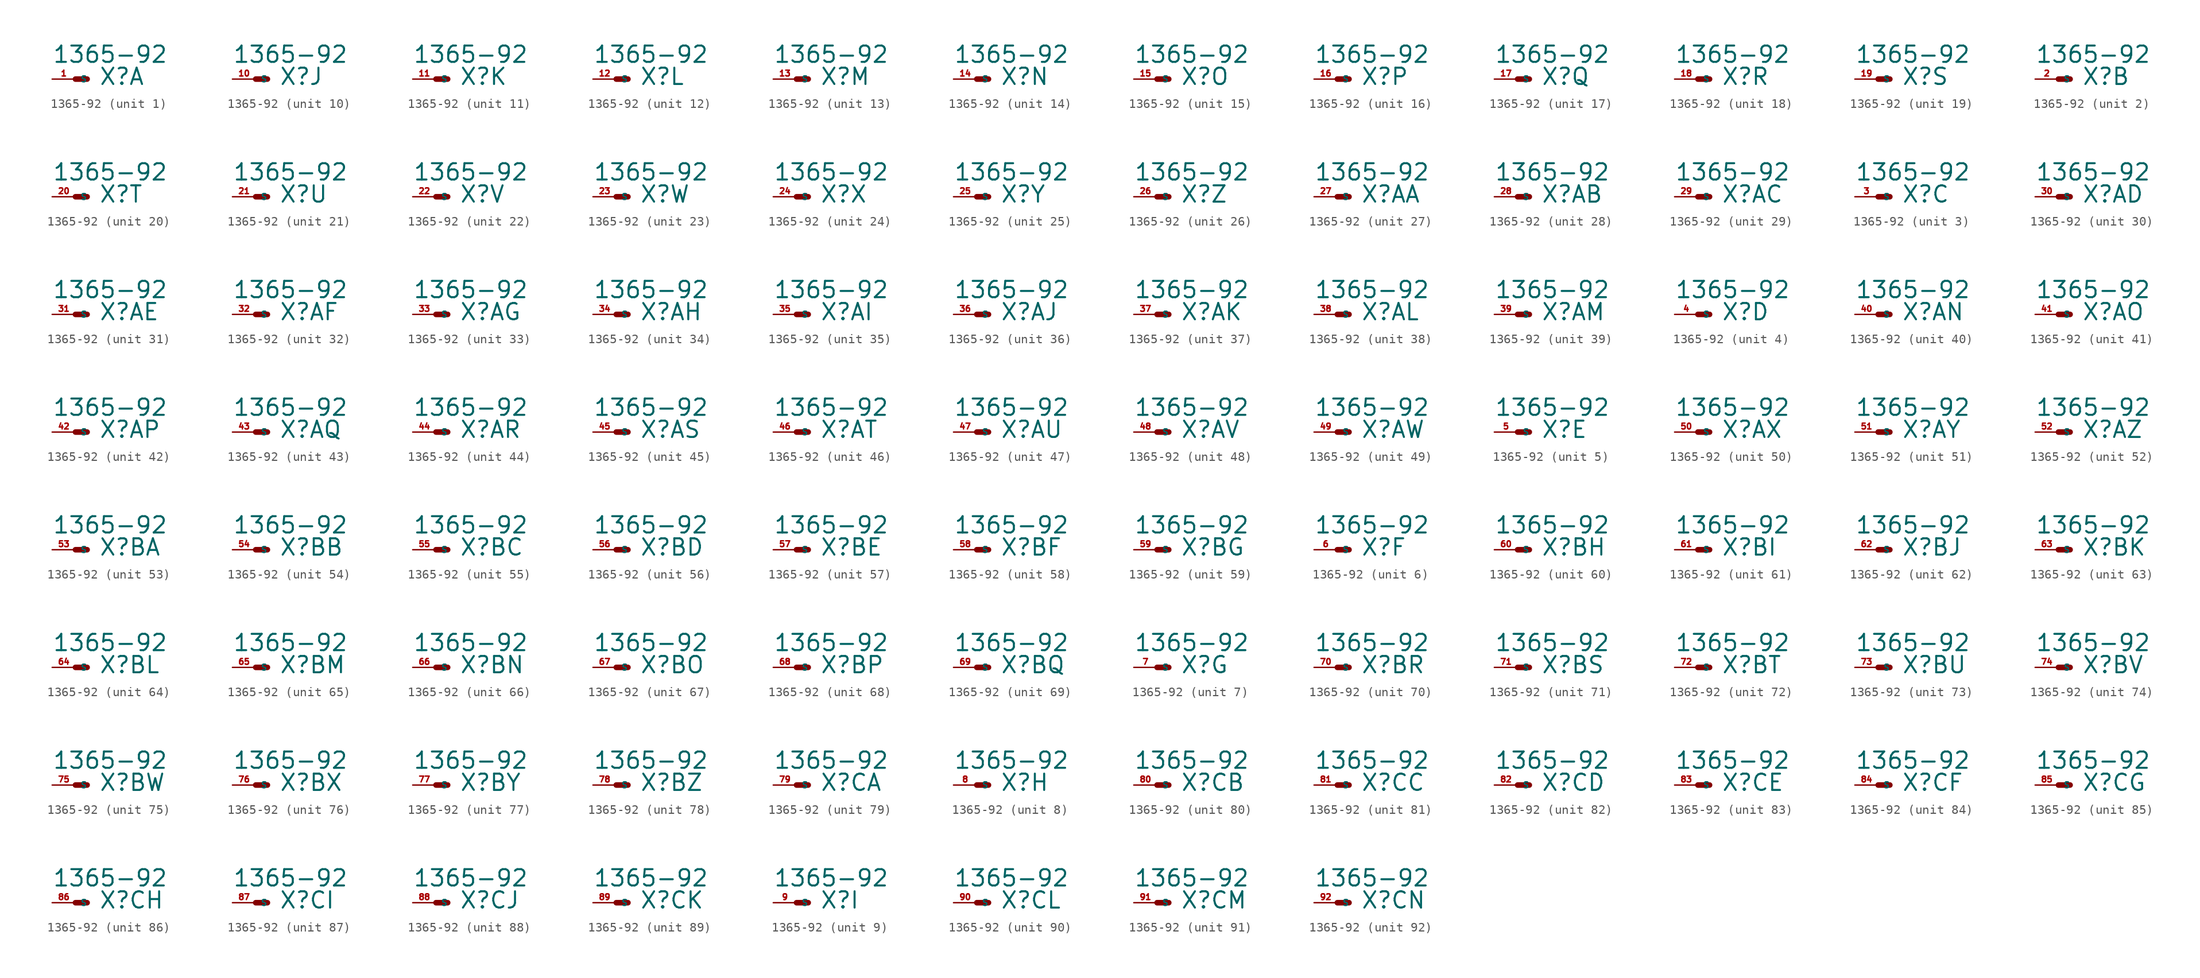
<source format=kicad_sym>
(kicad_symbol_lib
  (version 20220914)
  (generator Eagle2Kicad)
  (symbol "1365-92"
    (property "Reference" "X"
      (at 2.54 -0.762 0)
      (effects (font (size 1.778 1.778) (thickness 0.22)) (justify left bottom)))
    (property "Value" "1365-92"
      (at -2.54 1.651 0)
      (effects (font (size 1.778 1.778) (thickness 0.22)) (justify left bottom)))
    (symbol "1365-92_1_0"
      (polyline (pts (xy 0 0) (xy 1.27 0)) (stroke (width 0.61) (type default)) (fill (type none)))
      (pin passive line (at -2.54 0 0) (length 2.54) (name "S" (effects (font (size 0.635 0.635) (thickness 0.08)) (justify left bottom))) (number "1" (effects (font (size 0.635 0.635) (thickness 0.08)) (justify left bottom)))))
    (symbol "1365-92_2_0"
      (polyline (pts (xy 0 0) (xy 1.27 0)) (stroke (width 0.61) (type default)) (fill (type none)))
      (pin passive line (at -2.54 0 0) (length 2.54) (name "S" (effects (font (size 0.635 0.635) (thickness 0.08)) (justify left bottom))) (number "2" (effects (font (size 0.635 0.635) (thickness 0.08)) (justify left bottom)))))
    (symbol "1365-92_3_0"
      (polyline (pts (xy 0 0) (xy 1.27 0)) (stroke (width 0.61) (type default)) (fill (type none)))
      (pin passive line (at -2.54 0 0) (length 2.54) (name "S" (effects (font (size 0.635 0.635) (thickness 0.08)) (justify left bottom))) (number "3" (effects (font (size 0.635 0.635) (thickness 0.08)) (justify left bottom)))))
    (symbol "1365-92_4_0"
      (polyline (pts (xy 0 0) (xy 1.27 0)) (stroke (width 0.61) (type default)) (fill (type none)))
      (pin passive line (at -2.54 0 0) (length 2.54) (name "S" (effects (font (size 0.635 0.635) (thickness 0.08)) (justify left bottom))) (number "4" (effects (font (size 0.635 0.635) (thickness 0.08)) (justify left bottom)))))
    (symbol "1365-92_5_0"
      (polyline (pts (xy 0 0) (xy 1.27 0)) (stroke (width 0.61) (type default)) (fill (type none)))
      (pin passive line (at -2.54 0 0) (length 2.54) (name "S" (effects (font (size 0.635 0.635) (thickness 0.08)) (justify left bottom))) (number "5" (effects (font (size 0.635 0.635) (thickness 0.08)) (justify left bottom)))))
    (symbol "1365-92_6_0"
      (polyline (pts (xy 0 0) (xy 1.27 0)) (stroke (width 0.61) (type default)) (fill (type none)))
      (pin passive line (at -2.54 0 0) (length 2.54) (name "S" (effects (font (size 0.635 0.635) (thickness 0.08)) (justify left bottom))) (number "6" (effects (font (size 0.635 0.635) (thickness 0.08)) (justify left bottom)))))
    (symbol "1365-92_7_0"
      (polyline (pts (xy 0 0) (xy 1.27 0)) (stroke (width 0.61) (type default)) (fill (type none)))
      (pin passive line (at -2.54 0 0) (length 2.54) (name "S" (effects (font (size 0.635 0.635) (thickness 0.08)) (justify left bottom))) (number "7" (effects (font (size 0.635 0.635) (thickness 0.08)) (justify left bottom)))))
    (symbol "1365-92_8_0"
      (polyline (pts (xy 0 0) (xy 1.27 0)) (stroke (width 0.61) (type default)) (fill (type none)))
      (pin passive line (at -2.54 0 0) (length 2.54) (name "S" (effects (font (size 0.635 0.635) (thickness 0.08)) (justify left bottom))) (number "8" (effects (font (size 0.635 0.635) (thickness 0.08)) (justify left bottom)))))
    (symbol "1365-92_9_0"
      (polyline (pts (xy 0 0) (xy 1.27 0)) (stroke (width 0.61) (type default)) (fill (type none)))
      (pin passive line (at -2.54 0 0) (length 2.54) (name "S" (effects (font (size 0.635 0.635) (thickness 0.08)) (justify left bottom))) (number "9" (effects (font (size 0.635 0.635) (thickness 0.08)) (justify left bottom)))))
    (symbol "1365-92_10_0"
      (polyline (pts (xy 0 0) (xy 1.27 0)) (stroke (width 0.61) (type default)) (fill (type none)))
      (pin passive line (at -2.54 0 0) (length 2.54) (name "S" (effects (font (size 0.635 0.635) (thickness 0.08)) (justify left bottom))) (number "10" (effects (font (size 0.635 0.635) (thickness 0.08)) (justify left bottom)))))
    (symbol "1365-92_11_0"
      (polyline (pts (xy 0 0) (xy 1.27 0)) (stroke (width 0.61) (type default)) (fill (type none)))
      (pin passive line (at -2.54 0 0) (length 2.54) (name "S" (effects (font (size 0.635 0.635) (thickness 0.08)) (justify left bottom))) (number "11" (effects (font (size 0.635 0.635) (thickness 0.08)) (justify left bottom)))))
    (symbol "1365-92_12_0"
      (polyline (pts (xy 0 0) (xy 1.27 0)) (stroke (width 0.61) (type default)) (fill (type none)))
      (pin passive line (at -2.54 0 0) (length 2.54) (name "S" (effects (font (size 0.635 0.635) (thickness 0.08)) (justify left bottom))) (number "12" (effects (font (size 0.635 0.635) (thickness 0.08)) (justify left bottom)))))
    (symbol "1365-92_13_0"
      (polyline (pts (xy 0 0) (xy 1.27 0)) (stroke (width 0.61) (type default)) (fill (type none)))
      (pin passive line (at -2.54 0 0) (length 2.54) (name "S" (effects (font (size 0.635 0.635) (thickness 0.08)) (justify left bottom))) (number "13" (effects (font (size 0.635 0.635) (thickness 0.08)) (justify left bottom)))))
    (symbol "1365-92_14_0"
      (polyline (pts (xy 0 0) (xy 1.27 0)) (stroke (width 0.61) (type default)) (fill (type none)))
      (pin passive line (at -2.54 0 0) (length 2.54) (name "S" (effects (font (size 0.635 0.635) (thickness 0.08)) (justify left bottom))) (number "14" (effects (font (size 0.635 0.635) (thickness 0.08)) (justify left bottom)))))
    (symbol "1365-92_15_0"
      (polyline (pts (xy 0 0) (xy 1.27 0)) (stroke (width 0.61) (type default)) (fill (type none)))
      (pin passive line (at -2.54 0 0) (length 2.54) (name "S" (effects (font (size 0.635 0.635) (thickness 0.08)) (justify left bottom))) (number "15" (effects (font (size 0.635 0.635) (thickness 0.08)) (justify left bottom)))))
    (symbol "1365-92_16_0"
      (polyline (pts (xy 0 0) (xy 1.27 0)) (stroke (width 0.61) (type default)) (fill (type none)))
      (pin passive line (at -2.54 0 0) (length 2.54) (name "S" (effects (font (size 0.635 0.635) (thickness 0.08)) (justify left bottom))) (number "16" (effects (font (size 0.635 0.635) (thickness 0.08)) (justify left bottom)))))
    (symbol "1365-92_17_0"
      (polyline (pts (xy 0 0) (xy 1.27 0)) (stroke (width 0.61) (type default)) (fill (type none)))
      (pin passive line (at -2.54 0 0) (length 2.54) (name "S" (effects (font (size 0.635 0.635) (thickness 0.08)) (justify left bottom))) (number "17" (effects (font (size 0.635 0.635) (thickness 0.08)) (justify left bottom)))))
    (symbol "1365-92_18_0"
      (polyline (pts (xy 0 0) (xy 1.27 0)) (stroke (width 0.61) (type default)) (fill (type none)))
      (pin passive line (at -2.54 0 0) (length 2.54) (name "S" (effects (font (size 0.635 0.635) (thickness 0.08)) (justify left bottom))) (number "18" (effects (font (size 0.635 0.635) (thickness 0.08)) (justify left bottom)))))
    (symbol "1365-92_19_0"
      (polyline (pts (xy 0 0) (xy 1.27 0)) (stroke (width 0.61) (type default)) (fill (type none)))
      (pin passive line (at -2.54 0 0) (length 2.54) (name "S" (effects (font (size 0.635 0.635) (thickness 0.08)) (justify left bottom))) (number "19" (effects (font (size 0.635 0.635) (thickness 0.08)) (justify left bottom)))))
    (symbol "1365-92_20_0"
      (polyline (pts (xy 0 0) (xy 1.27 0)) (stroke (width 0.61) (type default)) (fill (type none)))
      (pin passive line (at -2.54 0 0) (length 2.54) (name "S" (effects (font (size 0.635 0.635) (thickness 0.08)) (justify left bottom))) (number "20" (effects (font (size 0.635 0.635) (thickness 0.08)) (justify left bottom)))))
    (symbol "1365-92_21_0"
      (polyline (pts (xy 0 0) (xy 1.27 0)) (stroke (width 0.61) (type default)) (fill (type none)))
      (pin passive line (at -2.54 0 0) (length 2.54) (name "S" (effects (font (size 0.635 0.635) (thickness 0.08)) (justify left bottom))) (number "21" (effects (font (size 0.635 0.635) (thickness 0.08)) (justify left bottom)))))
    (symbol "1365-92_22_0"
      (polyline (pts (xy 0 0) (xy 1.27 0)) (stroke (width 0.61) (type default)) (fill (type none)))
      (pin passive line (at -2.54 0 0) (length 2.54) (name "S" (effects (font (size 0.635 0.635) (thickness 0.08)) (justify left bottom))) (number "22" (effects (font (size 0.635 0.635) (thickness 0.08)) (justify left bottom)))))
    (symbol "1365-92_23_0"
      (polyline (pts (xy 0 0) (xy 1.27 0)) (stroke (width 0.61) (type default)) (fill (type none)))
      (pin passive line (at -2.54 0 0) (length 2.54) (name "S" (effects (font (size 0.635 0.635) (thickness 0.08)) (justify left bottom))) (number "23" (effects (font (size 0.635 0.635) (thickness 0.08)) (justify left bottom)))))
    (symbol "1365-92_24_0"
      (polyline (pts (xy 0 0) (xy 1.27 0)) (stroke (width 0.61) (type default)) (fill (type none)))
      (pin passive line (at -2.54 0 0) (length 2.54) (name "S" (effects (font (size 0.635 0.635) (thickness 0.08)) (justify left bottom))) (number "24" (effects (font (size 0.635 0.635) (thickness 0.08)) (justify left bottom)))))
    (symbol "1365-92_25_0"
      (polyline (pts (xy 0 0) (xy 1.27 0)) (stroke (width 0.61) (type default)) (fill (type none)))
      (pin passive line (at -2.54 0 0) (length 2.54) (name "S" (effects (font (size 0.635 0.635) (thickness 0.08)) (justify left bottom))) (number "25" (effects (font (size 0.635 0.635) (thickness 0.08)) (justify left bottom)))))
    (symbol "1365-92_26_0"
      (polyline (pts (xy 0 0) (xy 1.27 0)) (stroke (width 0.61) (type default)) (fill (type none)))
      (pin passive line (at -2.54 0 0) (length 2.54) (name "S" (effects (font (size 0.635 0.635) (thickness 0.08)) (justify left bottom))) (number "26" (effects (font (size 0.635 0.635) (thickness 0.08)) (justify left bottom)))))
    (symbol "1365-92_27_0"
      (polyline (pts (xy 0 0) (xy 1.27 0)) (stroke (width 0.61) (type default)) (fill (type none)))
      (pin passive line (at -2.54 0 0) (length 2.54) (name "S" (effects (font (size 0.635 0.635) (thickness 0.08)) (justify left bottom))) (number "27" (effects (font (size 0.635 0.635) (thickness 0.08)) (justify left bottom)))))
    (symbol "1365-92_28_0"
      (polyline (pts (xy 0 0) (xy 1.27 0)) (stroke (width 0.61) (type default)) (fill (type none)))
      (pin passive line (at -2.54 0 0) (length 2.54) (name "S" (effects (font (size 0.635 0.635) (thickness 0.08)) (justify left bottom))) (number "28" (effects (font (size 0.635 0.635) (thickness 0.08)) (justify left bottom)))))
    (symbol "1365-92_29_0"
      (polyline (pts (xy 0 0) (xy 1.27 0)) (stroke (width 0.61) (type default)) (fill (type none)))
      (pin passive line (at -2.54 0 0) (length 2.54) (name "S" (effects (font (size 0.635 0.635) (thickness 0.08)) (justify left bottom))) (number "29" (effects (font (size 0.635 0.635) (thickness 0.08)) (justify left bottom)))))
    (symbol "1365-92_30_0"
      (polyline (pts (xy 0 0) (xy 1.27 0)) (stroke (width 0.61) (type default)) (fill (type none)))
      (pin passive line (at -2.54 0 0) (length 2.54) (name "S" (effects (font (size 0.635 0.635) (thickness 0.08)) (justify left bottom))) (number "30" (effects (font (size 0.635 0.635) (thickness 0.08)) (justify left bottom)))))
    (symbol "1365-92_31_0"
      (polyline (pts (xy 0 0) (xy 1.27 0)) (stroke (width 0.61) (type default)) (fill (type none)))
      (pin passive line (at -2.54 0 0) (length 2.54) (name "S" (effects (font (size 0.635 0.635) (thickness 0.08)) (justify left bottom))) (number "31" (effects (font (size 0.635 0.635) (thickness 0.08)) (justify left bottom)))))
    (symbol "1365-92_32_0"
      (polyline (pts (xy 0 0) (xy 1.27 0)) (stroke (width 0.61) (type default)) (fill (type none)))
      (pin passive line (at -2.54 0 0) (length 2.54) (name "S" (effects (font (size 0.635 0.635) (thickness 0.08)) (justify left bottom))) (number "32" (effects (font (size 0.635 0.635) (thickness 0.08)) (justify left bottom)))))
    (symbol "1365-92_33_0"
      (polyline (pts (xy 0 0) (xy 1.27 0)) (stroke (width 0.61) (type default)) (fill (type none)))
      (pin passive line (at -2.54 0 0) (length 2.54) (name "S" (effects (font (size 0.635 0.635) (thickness 0.08)) (justify left bottom))) (number "33" (effects (font (size 0.635 0.635) (thickness 0.08)) (justify left bottom)))))
    (symbol "1365-92_34_0"
      (polyline (pts (xy 0 0) (xy 1.27 0)) (stroke (width 0.61) (type default)) (fill (type none)))
      (pin passive line (at -2.54 0 0) (length 2.54) (name "S" (effects (font (size 0.635 0.635) (thickness 0.08)) (justify left bottom))) (number "34" (effects (font (size 0.635 0.635) (thickness 0.08)) (justify left bottom)))))
    (symbol "1365-92_35_0"
      (polyline (pts (xy 0 0) (xy 1.27 0)) (stroke (width 0.61) (type default)) (fill (type none)))
      (pin passive line (at -2.54 0 0) (length 2.54) (name "S" (effects (font (size 0.635 0.635) (thickness 0.08)) (justify left bottom))) (number "35" (effects (font (size 0.635 0.635) (thickness 0.08)) (justify left bottom)))))
    (symbol "1365-92_36_0"
      (polyline (pts (xy 0 0) (xy 1.27 0)) (stroke (width 0.61) (type default)) (fill (type none)))
      (pin passive line (at -2.54 0 0) (length 2.54) (name "S" (effects (font (size 0.635 0.635) (thickness 0.08)) (justify left bottom))) (number "36" (effects (font (size 0.635 0.635) (thickness 0.08)) (justify left bottom)))))
    (symbol "1365-92_37_0"
      (polyline (pts (xy 0 0) (xy 1.27 0)) (stroke (width 0.61) (type default)) (fill (type none)))
      (pin passive line (at -2.54 0 0) (length 2.54) (name "S" (effects (font (size 0.635 0.635) (thickness 0.08)) (justify left bottom))) (number "37" (effects (font (size 0.635 0.635) (thickness 0.08)) (justify left bottom)))))
    (symbol "1365-92_38_0"
      (polyline (pts (xy 0 0) (xy 1.27 0)) (stroke (width 0.61) (type default)) (fill (type none)))
      (pin passive line (at -2.54 0 0) (length 2.54) (name "S" (effects (font (size 0.635 0.635) (thickness 0.08)) (justify left bottom))) (number "38" (effects (font (size 0.635 0.635) (thickness 0.08)) (justify left bottom)))))
    (symbol "1365-92_39_0"
      (polyline (pts (xy 0 0) (xy 1.27 0)) (stroke (width 0.61) (type default)) (fill (type none)))
      (pin passive line (at -2.54 0 0) (length 2.54) (name "S" (effects (font (size 0.635 0.635) (thickness 0.08)) (justify left bottom))) (number "39" (effects (font (size 0.635 0.635) (thickness 0.08)) (justify left bottom)))))
    (symbol "1365-92_40_0"
      (polyline (pts (xy 0 0) (xy 1.27 0)) (stroke (width 0.61) (type default)) (fill (type none)))
      (pin passive line (at -2.54 0 0) (length 2.54) (name "S" (effects (font (size 0.635 0.635) (thickness 0.08)) (justify left bottom))) (number "40" (effects (font (size 0.635 0.635) (thickness 0.08)) (justify left bottom)))))
    (symbol "1365-92_41_0"
      (polyline (pts (xy 0 0) (xy 1.27 0)) (stroke (width 0.61) (type default)) (fill (type none)))
      (pin passive line (at -2.54 0 0) (length 2.54) (name "S" (effects (font (size 0.635 0.635) (thickness 0.08)) (justify left bottom))) (number "41" (effects (font (size 0.635 0.635) (thickness 0.08)) (justify left bottom)))))
    (symbol "1365-92_42_0"
      (polyline (pts (xy 0 0) (xy 1.27 0)) (stroke (width 0.61) (type default)) (fill (type none)))
      (pin passive line (at -2.54 0 0) (length 2.54) (name "S" (effects (font (size 0.635 0.635) (thickness 0.08)) (justify left bottom))) (number "42" (effects (font (size 0.635 0.635) (thickness 0.08)) (justify left bottom)))))
    (symbol "1365-92_43_0"
      (polyline (pts (xy 0 0) (xy 1.27 0)) (stroke (width 0.61) (type default)) (fill (type none)))
      (pin passive line (at -2.54 0 0) (length 2.54) (name "S" (effects (font (size 0.635 0.635) (thickness 0.08)) (justify left bottom))) (number "43" (effects (font (size 0.635 0.635) (thickness 0.08)) (justify left bottom)))))
    (symbol "1365-92_44_0"
      (polyline (pts (xy 0 0) (xy 1.27 0)) (stroke (width 0.61) (type default)) (fill (type none)))
      (pin passive line (at -2.54 0 0) (length 2.54) (name "S" (effects (font (size 0.635 0.635) (thickness 0.08)) (justify left bottom))) (number "44" (effects (font (size 0.635 0.635) (thickness 0.08)) (justify left bottom)))))
    (symbol "1365-92_45_0"
      (polyline (pts (xy 0 0) (xy 1.27 0)) (stroke (width 0.61) (type default)) (fill (type none)))
      (pin passive line (at -2.54 0 0) (length 2.54) (name "S" (effects (font (size 0.635 0.635) (thickness 0.08)) (justify left bottom))) (number "45" (effects (font (size 0.635 0.635) (thickness 0.08)) (justify left bottom)))))
    (symbol "1365-92_46_0"
      (polyline (pts (xy 0 0) (xy 1.27 0)) (stroke (width 0.61) (type default)) (fill (type none)))
      (pin passive line (at -2.54 0 0) (length 2.54) (name "S" (effects (font (size 0.635 0.635) (thickness 0.08)) (justify left bottom))) (number "46" (effects (font (size 0.635 0.635) (thickness 0.08)) (justify left bottom)))))
    (symbol "1365-92_47_0"
      (polyline (pts (xy 0 0) (xy 1.27 0)) (stroke (width 0.61) (type default)) (fill (type none)))
      (pin passive line (at -2.54 0 0) (length 2.54) (name "S" (effects (font (size 0.635 0.635) (thickness 0.08)) (justify left bottom))) (number "47" (effects (font (size 0.635 0.635) (thickness 0.08)) (justify left bottom)))))
    (symbol "1365-92_48_0"
      (polyline (pts (xy 0 0) (xy 1.27 0)) (stroke (width 0.61) (type default)) (fill (type none)))
      (pin passive line (at -2.54 0 0) (length 2.54) (name "S" (effects (font (size 0.635 0.635) (thickness 0.08)) (justify left bottom))) (number "48" (effects (font (size 0.635 0.635) (thickness 0.08)) (justify left bottom)))))
    (symbol "1365-92_49_0"
      (polyline (pts (xy 0 0) (xy 1.27 0)) (stroke (width 0.61) (type default)) (fill (type none)))
      (pin passive line (at -2.54 0 0) (length 2.54) (name "S" (effects (font (size 0.635 0.635) (thickness 0.08)) (justify left bottom))) (number "49" (effects (font (size 0.635 0.635) (thickness 0.08)) (justify left bottom)))))
    (symbol "1365-92_50_0"
      (polyline (pts (xy 0 0) (xy 1.27 0)) (stroke (width 0.61) (type default)) (fill (type none)))
      (pin passive line (at -2.54 0 0) (length 2.54) (name "S" (effects (font (size 0.635 0.635) (thickness 0.08)) (justify left bottom))) (number "50" (effects (font (size 0.635 0.635) (thickness 0.08)) (justify left bottom)))))
    (symbol "1365-92_51_0"
      (polyline (pts (xy 0 0) (xy 1.27 0)) (stroke (width 0.61) (type default)) (fill (type none)))
      (pin passive line (at -2.54 0 0) (length 2.54) (name "S" (effects (font (size 0.635 0.635) (thickness 0.08)) (justify left bottom))) (number "51" (effects (font (size 0.635 0.635) (thickness 0.08)) (justify left bottom)))))
    (symbol "1365-92_52_0"
      (polyline (pts (xy 0 0) (xy 1.27 0)) (stroke (width 0.61) (type default)) (fill (type none)))
      (pin passive line (at -2.54 0 0) (length 2.54) (name "S" (effects (font (size 0.635 0.635) (thickness 0.08)) (justify left bottom))) (number "52" (effects (font (size 0.635 0.635) (thickness 0.08)) (justify left bottom)))))
    (symbol "1365-92_53_0"
      (polyline (pts (xy 0 0) (xy 1.27 0)) (stroke (width 0.61) (type default)) (fill (type none)))
      (pin passive line (at -2.54 0 0) (length 2.54) (name "S" (effects (font (size 0.635 0.635) (thickness 0.08)) (justify left bottom))) (number "53" (effects (font (size 0.635 0.635) (thickness 0.08)) (justify left bottom)))))
    (symbol "1365-92_54_0"
      (polyline (pts (xy 0 0) (xy 1.27 0)) (stroke (width 0.61) (type default)) (fill (type none)))
      (pin passive line (at -2.54 0 0) (length 2.54) (name "S" (effects (font (size 0.635 0.635) (thickness 0.08)) (justify left bottom))) (number "54" (effects (font (size 0.635 0.635) (thickness 0.08)) (justify left bottom)))))
    (symbol "1365-92_55_0"
      (polyline (pts (xy 0 0) (xy 1.27 0)) (stroke (width 0.61) (type default)) (fill (type none)))
      (pin passive line (at -2.54 0 0) (length 2.54) (name "S" (effects (font (size 0.635 0.635) (thickness 0.08)) (justify left bottom))) (number "55" (effects (font (size 0.635 0.635) (thickness 0.08)) (justify left bottom)))))
    (symbol "1365-92_56_0"
      (polyline (pts (xy 0 0) (xy 1.27 0)) (stroke (width 0.61) (type default)) (fill (type none)))
      (pin passive line (at -2.54 0 0) (length 2.54) (name "S" (effects (font (size 0.635 0.635) (thickness 0.08)) (justify left bottom))) (number "56" (effects (font (size 0.635 0.635) (thickness 0.08)) (justify left bottom)))))
    (symbol "1365-92_57_0"
      (polyline (pts (xy 0 0) (xy 1.27 0)) (stroke (width 0.61) (type default)) (fill (type none)))
      (pin passive line (at -2.54 0 0) (length 2.54) (name "S" (effects (font (size 0.635 0.635) (thickness 0.08)) (justify left bottom))) (number "57" (effects (font (size 0.635 0.635) (thickness 0.08)) (justify left bottom)))))
    (symbol "1365-92_58_0"
      (polyline (pts (xy 0 0) (xy 1.27 0)) (stroke (width 0.61) (type default)) (fill (type none)))
      (pin passive line (at -2.54 0 0) (length 2.54) (name "S" (effects (font (size 0.635 0.635) (thickness 0.08)) (justify left bottom))) (number "58" (effects (font (size 0.635 0.635) (thickness 0.08)) (justify left bottom)))))
    (symbol "1365-92_59_0"
      (polyline (pts (xy 0 0) (xy 1.27 0)) (stroke (width 0.61) (type default)) (fill (type none)))
      (pin passive line (at -2.54 0 0) (length 2.54) (name "S" (effects (font (size 0.635 0.635) (thickness 0.08)) (justify left bottom))) (number "59" (effects (font (size 0.635 0.635) (thickness 0.08)) (justify left bottom)))))
    (symbol "1365-92_60_0"
      (polyline (pts (xy 0 0) (xy 1.27 0)) (stroke (width 0.61) (type default)) (fill (type none)))
      (pin passive line (at -2.54 0 0) (length 2.54) (name "S" (effects (font (size 0.635 0.635) (thickness 0.08)) (justify left bottom))) (number "60" (effects (font (size 0.635 0.635) (thickness 0.08)) (justify left bottom)))))
    (symbol "1365-92_61_0"
      (polyline (pts (xy 0 0) (xy 1.27 0)) (stroke (width 0.61) (type default)) (fill (type none)))
      (pin passive line (at -2.54 0 0) (length 2.54) (name "S" (effects (font (size 0.635 0.635) (thickness 0.08)) (justify left bottom))) (number "61" (effects (font (size 0.635 0.635) (thickness 0.08)) (justify left bottom)))))
    (symbol "1365-92_62_0"
      (polyline (pts (xy 0 0) (xy 1.27 0)) (stroke (width 0.61) (type default)) (fill (type none)))
      (pin passive line (at -2.54 0 0) (length 2.54) (name "S" (effects (font (size 0.635 0.635) (thickness 0.08)) (justify left bottom))) (number "62" (effects (font (size 0.635 0.635) (thickness 0.08)) (justify left bottom)))))
    (symbol "1365-92_63_0"
      (polyline (pts (xy 0 0) (xy 1.27 0)) (stroke (width 0.61) (type default)) (fill (type none)))
      (pin passive line (at -2.54 0 0) (length 2.54) (name "S" (effects (font (size 0.635 0.635) (thickness 0.08)) (justify left bottom))) (number "63" (effects (font (size 0.635 0.635) (thickness 0.08)) (justify left bottom)))))
    (symbol "1365-92_64_0"
      (polyline (pts (xy 0 0) (xy 1.27 0)) (stroke (width 0.61) (type default)) (fill (type none)))
      (pin passive line (at -2.54 0 0) (length 2.54) (name "S" (effects (font (size 0.635 0.635) (thickness 0.08)) (justify left bottom))) (number "64" (effects (font (size 0.635 0.635) (thickness 0.08)) (justify left bottom)))))
    (symbol "1365-92_65_0"
      (polyline (pts (xy 0 0) (xy 1.27 0)) (stroke (width 0.61) (type default)) (fill (type none)))
      (pin passive line (at -2.54 0 0) (length 2.54) (name "S" (effects (font (size 0.635 0.635) (thickness 0.08)) (justify left bottom))) (number "65" (effects (font (size 0.635 0.635) (thickness 0.08)) (justify left bottom)))))
    (symbol "1365-92_66_0"
      (polyline (pts (xy 0 0) (xy 1.27 0)) (stroke (width 0.61) (type default)) (fill (type none)))
      (pin passive line (at -2.54 0 0) (length 2.54) (name "S" (effects (font (size 0.635 0.635) (thickness 0.08)) (justify left bottom))) (number "66" (effects (font (size 0.635 0.635) (thickness 0.08)) (justify left bottom)))))
    (symbol "1365-92_67_0"
      (polyline (pts (xy 0 0) (xy 1.27 0)) (stroke (width 0.61) (type default)) (fill (type none)))
      (pin passive line (at -2.54 0 0) (length 2.54) (name "S" (effects (font (size 0.635 0.635) (thickness 0.08)) (justify left bottom))) (number "67" (effects (font (size 0.635 0.635) (thickness 0.08)) (justify left bottom)))))
    (symbol "1365-92_68_0"
      (polyline (pts (xy 0 0) (xy 1.27 0)) (stroke (width 0.61) (type default)) (fill (type none)))
      (pin passive line (at -2.54 0 0) (length 2.54) (name "S" (effects (font (size 0.635 0.635) (thickness 0.08)) (justify left bottom))) (number "68" (effects (font (size 0.635 0.635) (thickness 0.08)) (justify left bottom)))))
    (symbol "1365-92_69_0"
      (polyline (pts (xy 0 0) (xy 1.27 0)) (stroke (width 0.61) (type default)) (fill (type none)))
      (pin passive line (at -2.54 0 0) (length 2.54) (name "S" (effects (font (size 0.635 0.635) (thickness 0.08)) (justify left bottom))) (number "69" (effects (font (size 0.635 0.635) (thickness 0.08)) (justify left bottom)))))
    (symbol "1365-92_70_0"
      (polyline (pts (xy 0 0) (xy 1.27 0)) (stroke (width 0.61) (type default)) (fill (type none)))
      (pin passive line (at -2.54 0 0) (length 2.54) (name "S" (effects (font (size 0.635 0.635) (thickness 0.08)) (justify left bottom))) (number "70" (effects (font (size 0.635 0.635) (thickness 0.08)) (justify left bottom)))))
    (symbol "1365-92_71_0"
      (polyline (pts (xy 0 0) (xy 1.27 0)) (stroke (width 0.61) (type default)) (fill (type none)))
      (pin passive line (at -2.54 0 0) (length 2.54) (name "S" (effects (font (size 0.635 0.635) (thickness 0.08)) (justify left bottom))) (number "71" (effects (font (size 0.635 0.635) (thickness 0.08)) (justify left bottom)))))
    (symbol "1365-92_72_0"
      (polyline (pts (xy 0 0) (xy 1.27 0)) (stroke (width 0.61) (type default)) (fill (type none)))
      (pin passive line (at -2.54 0 0) (length 2.54) (name "S" (effects (font (size 0.635 0.635) (thickness 0.08)) (justify left bottom))) (number "72" (effects (font (size 0.635 0.635) (thickness 0.08)) (justify left bottom)))))
    (symbol "1365-92_73_0"
      (polyline (pts (xy 0 0) (xy 1.27 0)) (stroke (width 0.61) (type default)) (fill (type none)))
      (pin passive line (at -2.54 0 0) (length 2.54) (name "S" (effects (font (size 0.635 0.635) (thickness 0.08)) (justify left bottom))) (number "73" (effects (font (size 0.635 0.635) (thickness 0.08)) (justify left bottom)))))
    (symbol "1365-92_74_0"
      (polyline (pts (xy 0 0) (xy 1.27 0)) (stroke (width 0.61) (type default)) (fill (type none)))
      (pin passive line (at -2.54 0 0) (length 2.54) (name "S" (effects (font (size 0.635 0.635) (thickness 0.08)) (justify left bottom))) (number "74" (effects (font (size 0.635 0.635) (thickness 0.08)) (justify left bottom)))))
    (symbol "1365-92_75_0"
      (polyline (pts (xy 0 0) (xy 1.27 0)) (stroke (width 0.61) (type default)) (fill (type none)))
      (pin passive line (at -2.54 0 0) (length 2.54) (name "S" (effects (font (size 0.635 0.635) (thickness 0.08)) (justify left bottom))) (number "75" (effects (font (size 0.635 0.635) (thickness 0.08)) (justify left bottom)))))
    (symbol "1365-92_76_0"
      (polyline (pts (xy 0 0) (xy 1.27 0)) (stroke (width 0.61) (type default)) (fill (type none)))
      (pin passive line (at -2.54 0 0) (length 2.54) (name "S" (effects (font (size 0.635 0.635) (thickness 0.08)) (justify left bottom))) (number "76" (effects (font (size 0.635 0.635) (thickness 0.08)) (justify left bottom)))))
    (symbol "1365-92_77_0"
      (polyline (pts (xy 0 0) (xy 1.27 0)) (stroke (width 0.61) (type default)) (fill (type none)))
      (pin passive line (at -2.54 0 0) (length 2.54) (name "S" (effects (font (size 0.635 0.635) (thickness 0.08)) (justify left bottom))) (number "77" (effects (font (size 0.635 0.635) (thickness 0.08)) (justify left bottom)))))
    (symbol "1365-92_78_0"
      (polyline (pts (xy 0 0) (xy 1.27 0)) (stroke (width 0.61) (type default)) (fill (type none)))
      (pin passive line (at -2.54 0 0) (length 2.54) (name "S" (effects (font (size 0.635 0.635) (thickness 0.08)) (justify left bottom))) (number "78" (effects (font (size 0.635 0.635) (thickness 0.08)) (justify left bottom)))))
    (symbol "1365-92_79_0"
      (polyline (pts (xy 0 0) (xy 1.27 0)) (stroke (width 0.61) (type default)) (fill (type none)))
      (pin passive line (at -2.54 0 0) (length 2.54) (name "S" (effects (font (size 0.635 0.635) (thickness 0.08)) (justify left bottom))) (number "79" (effects (font (size 0.635 0.635) (thickness 0.08)) (justify left bottom)))))
    (symbol "1365-92_80_0"
      (polyline (pts (xy 0 0) (xy 1.27 0)) (stroke (width 0.61) (type default)) (fill (type none)))
      (pin passive line (at -2.54 0 0) (length 2.54) (name "S" (effects (font (size 0.635 0.635) (thickness 0.08)) (justify left bottom))) (number "80" (effects (font (size 0.635 0.635) (thickness 0.08)) (justify left bottom)))))
    (symbol "1365-92_81_0"
      (polyline (pts (xy 0 0) (xy 1.27 0)) (stroke (width 0.61) (type default)) (fill (type none)))
      (pin passive line (at -2.54 0 0) (length 2.54) (name "S" (effects (font (size 0.635 0.635) (thickness 0.08)) (justify left bottom))) (number "81" (effects (font (size 0.635 0.635) (thickness 0.08)) (justify left bottom)))))
    (symbol "1365-92_82_0"
      (polyline (pts (xy 0 0) (xy 1.27 0)) (stroke (width 0.61) (type default)) (fill (type none)))
      (pin passive line (at -2.54 0 0) (length 2.54) (name "S" (effects (font (size 0.635 0.635) (thickness 0.08)) (justify left bottom))) (number "82" (effects (font (size 0.635 0.635) (thickness 0.08)) (justify left bottom)))))
    (symbol "1365-92_83_0"
      (polyline (pts (xy 0 0) (xy 1.27 0)) (stroke (width 0.61) (type default)) (fill (type none)))
      (pin passive line (at -2.54 0 0) (length 2.54) (name "S" (effects (font (size 0.635 0.635) (thickness 0.08)) (justify left bottom))) (number "83" (effects (font (size 0.635 0.635) (thickness 0.08)) (justify left bottom)))))
    (symbol "1365-92_84_0"
      (polyline (pts (xy 0 0) (xy 1.27 0)) (stroke (width 0.61) (type default)) (fill (type none)))
      (pin passive line (at -2.54 0 0) (length 2.54) (name "S" (effects (font (size 0.635 0.635) (thickness 0.08)) (justify left bottom))) (number "84" (effects (font (size 0.635 0.635) (thickness 0.08)) (justify left bottom)))))
    (symbol "1365-92_85_0"
      (polyline (pts (xy 0 0) (xy 1.27 0)) (stroke (width 0.61) (type default)) (fill (type none)))
      (pin passive line (at -2.54 0 0) (length 2.54) (name "S" (effects (font (size 0.635 0.635) (thickness 0.08)) (justify left bottom))) (number "85" (effects (font (size 0.635 0.635) (thickness 0.08)) (justify left bottom)))))
    (symbol "1365-92_86_0"
      (polyline (pts (xy 0 0) (xy 1.27 0)) (stroke (width 0.61) (type default)) (fill (type none)))
      (pin passive line (at -2.54 0 0) (length 2.54) (name "S" (effects (font (size 0.635 0.635) (thickness 0.08)) (justify left bottom))) (number "86" (effects (font (size 0.635 0.635) (thickness 0.08)) (justify left bottom)))))
    (symbol "1365-92_87_0"
      (polyline (pts (xy 0 0) (xy 1.27 0)) (stroke (width 0.61) (type default)) (fill (type none)))
      (pin passive line (at -2.54 0 0) (length 2.54) (name "S" (effects (font (size 0.635 0.635) (thickness 0.08)) (justify left bottom))) (number "87" (effects (font (size 0.635 0.635) (thickness 0.08)) (justify left bottom)))))
    (symbol "1365-92_88_0"
      (polyline (pts (xy 0 0) (xy 1.27 0)) (stroke (width 0.61) (type default)) (fill (type none)))
      (pin passive line (at -2.54 0 0) (length 2.54) (name "S" (effects (font (size 0.635 0.635) (thickness 0.08)) (justify left bottom))) (number "88" (effects (font (size 0.635 0.635) (thickness 0.08)) (justify left bottom)))))
    (symbol "1365-92_89_0"
      (polyline (pts (xy 0 0) (xy 1.27 0)) (stroke (width 0.61) (type default)) (fill (type none)))
      (pin passive line (at -2.54 0 0) (length 2.54) (name "S" (effects (font (size 0.635 0.635) (thickness 0.08)) (justify left bottom))) (number "89" (effects (font (size 0.635 0.635) (thickness 0.08)) (justify left bottom)))))
    (symbol "1365-92_90_0"
      (polyline (pts (xy 0 0) (xy 1.27 0)) (stroke (width 0.61) (type default)) (fill (type none)))
      (pin passive line (at -2.54 0 0) (length 2.54) (name "S" (effects (font (size 0.635 0.635) (thickness 0.08)) (justify left bottom))) (number "90" (effects (font (size 0.635 0.635) (thickness 0.08)) (justify left bottom)))))
    (symbol "1365-92_91_0"
      (polyline (pts (xy 0 0) (xy 1.27 0)) (stroke (width 0.61) (type default)) (fill (type none)))
      (pin passive line (at -2.54 0 0) (length 2.54) (name "S" (effects (font (size 0.635 0.635) (thickness 0.08)) (justify left bottom))) (number "91" (effects (font (size 0.635 0.635) (thickness 0.08)) (justify left bottom)))))
    (symbol "1365-92_92_0"
      (polyline (pts (xy 0 0) (xy 1.27 0)) (stroke (width 0.61) (type default)) (fill (type none)))
      (pin passive line (at -2.54 0 0) (length 2.54) (name "S" (effects (font (size 0.635 0.635) (thickness 0.08)) (justify left bottom))) (number "92" (effects (font (size 0.635 0.635) (thickness 0.08)) (justify left bottom)))))))
</source>
